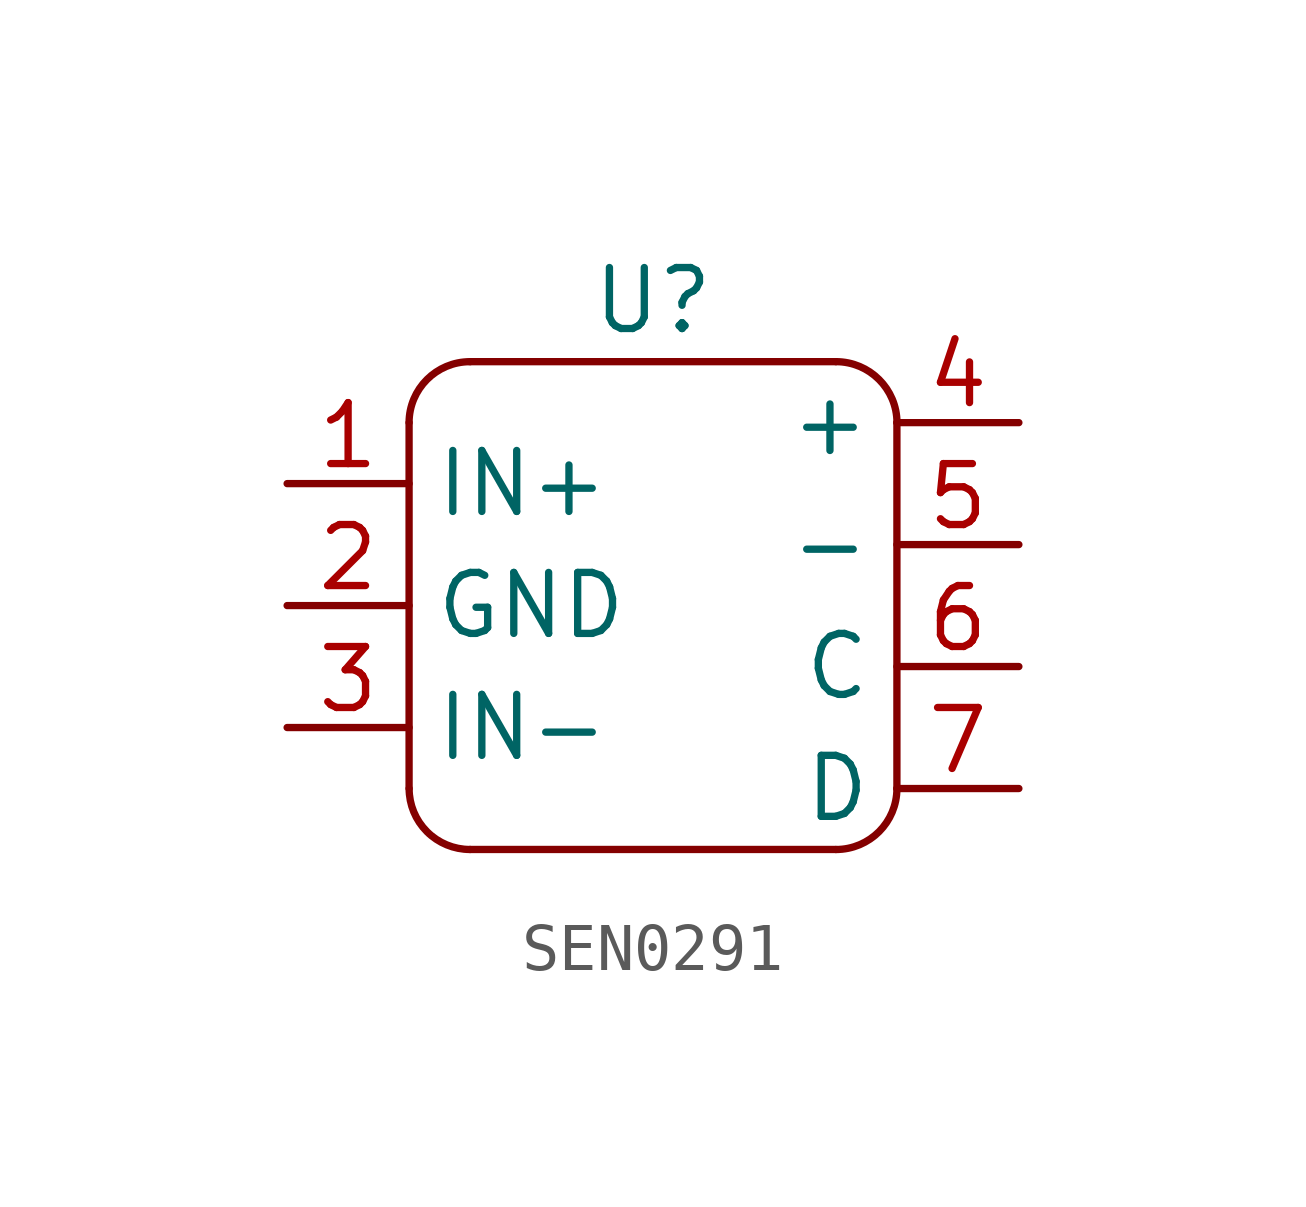
<source format=kicad_sym>
(kicad_symbol_lib
  (version 20241209)
  (generator "kicad_symbol_editor")
  (generator_version "9.0")
  (symbol "SEN0291"
    (property "Reference" "U"
      (at 0 0 0)
      (effects (font (size 1.27 1.27))))
    (property "Value" ""
      (at 0 0 0)
      (effects (font (size 1.27 1.27))))
    (symbol "SEN0291_0_1"
      (polyline (pts (xy -5.08 -2.54) (xy -5.08 -10.16)) (stroke (width 0) (type default)) (fill (type none)))
      (arc (start -5.08 -2.54) (mid -4.708 -1.642) (end -3.81 -1.27) (stroke (width 0) (type default)) (fill (type none)))
      (arc (start -3.81 -11.43) (mid -4.708 -11.058) (end -5.08 -10.16) (stroke (width 0) (type default)) (fill (type none)))
      (polyline (pts (xy -3.81 -11.43) (xy 3.81 -11.43)) (stroke (width 0) (type default)) (fill (type none)))
      (polyline (pts (xy 3.81 -1.27) (xy -3.81 -1.27)) (stroke (width 0) (type default)) (fill (type none)))
      (arc (start 3.81 -1.27) (mid 4.708 -1.642) (end 5.08 -2.54) (stroke (width 0) (type default)) (fill (type none)))
      (arc (start 5.08 -10.16) (mid 4.708 -11.058) (end 3.81 -11.43) (stroke (width 0) (type default)) (fill (type none)))
      (polyline (pts (xy 5.08 -2.54) (xy 5.08 -10.16)) (stroke (width 0) (type default)) (fill (type none))))
    (symbol "SEN0291_1_1"
      (pin power_in line (at -7.62 -3.81 0) (length 2.54) (name "IN+" (effects (font (size 1.27 1.27)))) (number "1" (effects (font (size 1.27 1.27)))))
      (pin power_in line (at -7.62 -6.35 0) (length 2.54) (name "GND" (effects (font (size 1.27 1.27)))) (number "2" (effects (font (size 1.27 1.27)))))
      (pin power_out line (at -7.62 -8.89 0) (length 2.54) (name "IN-" (effects (font (size 1.27 1.27)))) (number "3" (effects (font (size 1.27 1.27)))))
      (pin power_in line (at 7.62 -2.54 180) (length 2.54) (name "+" (effects (font (size 1.27 1.27)))) (number "4" (effects (font (size 1.27 1.27)))))
      (pin power_in line (at 7.62 -5.08 180) (length 2.54) (name "-" (effects (font (size 1.27 1.27)))) (number "5" (effects (font (size 1.27 1.27)))))
      (pin output line (at 7.62 -7.62 180) (length 2.54) (name "C" (effects (font (size 1.27 1.27)))) (number "6" (effects (font (size 1.27 1.27)))))
      (pin output line (at 7.62 -10.16 180) (length 2.54) (name "D" (effects (font (size 1.27 1.27)))) (number "7" (effects (font (size 1.27 1.27))))))))
</source>
